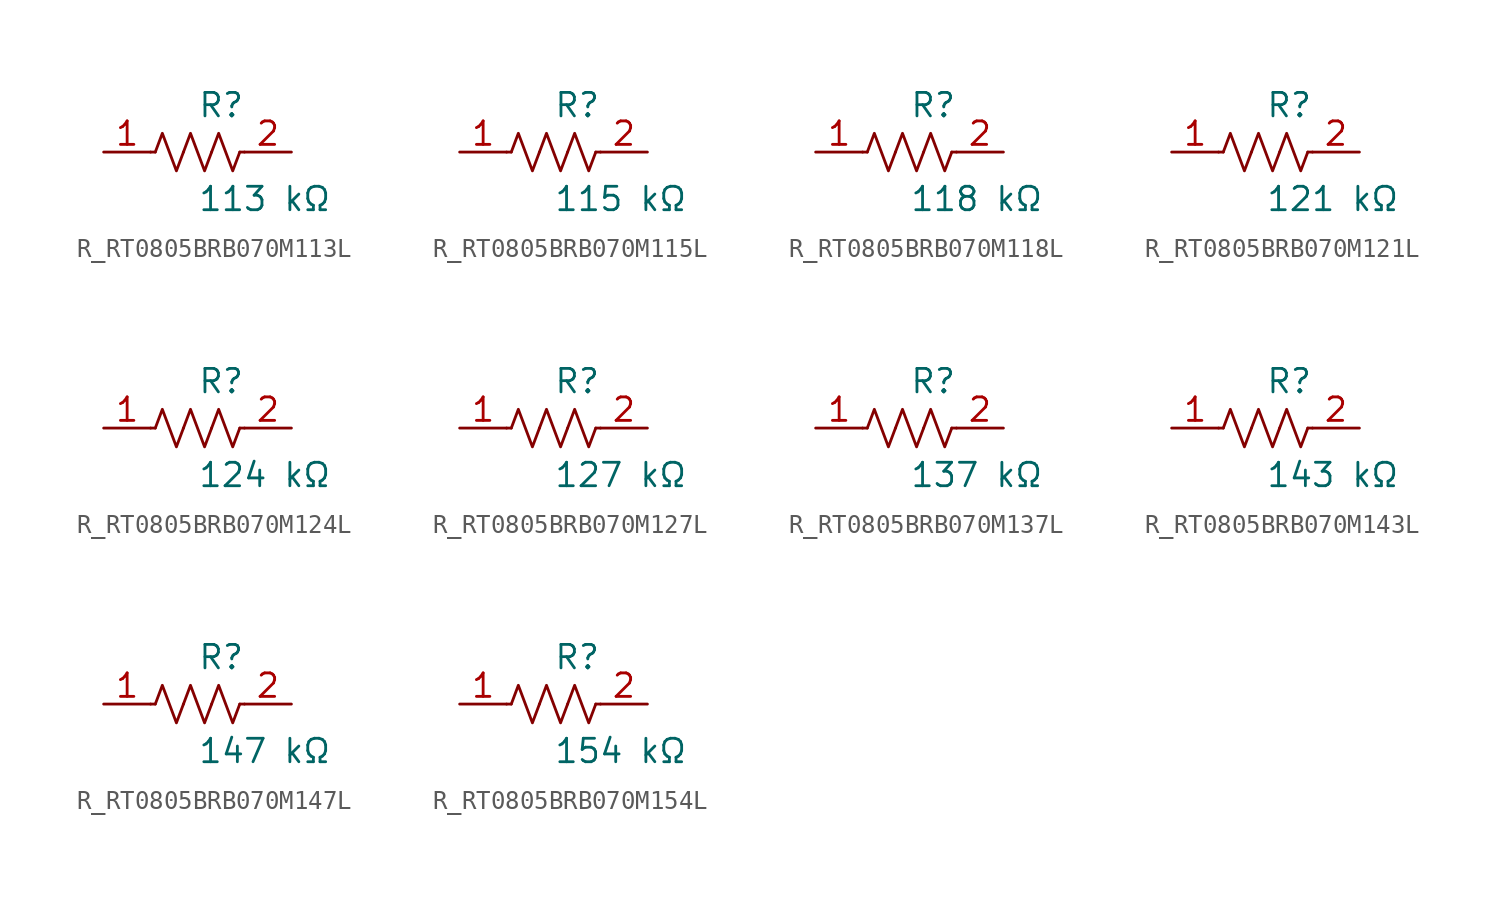
<source format=kicad_sym>
(kicad_symbol_lib
  (version 20231120)
  (generator kicad_symbol_editor)
  (generator_version 8.0)
  (symbol "R_RT0805BRB070M113L"
    (pin_names
      (offset 0.254))
    (property "Reference" "R"
      (at 0.0 2.54 0)
      (effects (font (size 1.27 1.27)) (justify left)))
    (property "Value" "113 kΩ"
      (at 0.0 -2.54 0)
      (effects (font (size 1.27 1.27)) (justify left)))
    (symbol "R_RT0805BRB070M113L_0_1"
      (polyline (pts (xy 2.286 0) (xy 2.54 0)) (stroke (width 0) (type default)) (fill (type none)))
      (polyline (pts (xy -2.286 0) (xy -2.54 0)) (stroke (width 0) (type default)) (fill (type none)))
      (polyline (pts (xy 0.762 0) (xy 1.143 1.016) (xy 1.524 0) (xy 1.905 -1.016) (xy 2.286 0)) (stroke (width 0) (type default)) (fill (type none)))
      (polyline (pts (xy -0.762 0) (xy -0.381 1.016) (xy 0 0) (xy 0.381 -1.016) (xy 0.762 0)) (stroke (width 0) (type default)) (fill (type none)))
      (polyline (pts (xy -2.286 0) (xy -1.905 1.016) (xy -1.524 0) (xy -1.143 -1.016) (xy -0.762 0)) (stroke (width 0) (type default)) (fill (type none))))
    (pin unspecified line
      (at -5.08 0 0)
      (length 2.54)
      (name "" (effects (font (size 1.27 1.27))))
      (number "1" (effects (font (size 1.27 1.27)))))
    (pin unspecified line
      (at 5.08 0 180)
      (length 2.54)
      (name "" (effects (font (size 1.27 1.27))))
      (number "2" (effects (font (size 1.27 1.27))))))
  (symbol "R_RT0805BRB070M115L"
    (pin_names
      (offset 0.254))
    (property "Reference" "R"
      (at 0.0 2.54 0)
      (effects (font (size 1.27 1.27)) (justify left)))
    (property "Value" "115 kΩ"
      (at 0.0 -2.54 0)
      (effects (font (size 1.27 1.27)) (justify left)))
    (symbol "R_RT0805BRB070M115L_0_1"
      (polyline (pts (xy 2.286 0) (xy 2.54 0)) (stroke (width 0) (type default)) (fill (type none)))
      (polyline (pts (xy -2.286 0) (xy -2.54 0)) (stroke (width 0) (type default)) (fill (type none)))
      (polyline (pts (xy 0.762 0) (xy 1.143 1.016) (xy 1.524 0) (xy 1.905 -1.016) (xy 2.286 0)) (stroke (width 0) (type default)) (fill (type none)))
      (polyline (pts (xy -0.762 0) (xy -0.381 1.016) (xy 0 0) (xy 0.381 -1.016) (xy 0.762 0)) (stroke (width 0) (type default)) (fill (type none)))
      (polyline (pts (xy -2.286 0) (xy -1.905 1.016) (xy -1.524 0) (xy -1.143 -1.016) (xy -0.762 0)) (stroke (width 0) (type default)) (fill (type none))))
    (pin unspecified line
      (at -5.08 0 0)
      (length 2.54)
      (name "" (effects (font (size 1.27 1.27))))
      (number "1" (effects (font (size 1.27 1.27)))))
    (pin unspecified line
      (at 5.08 0 180)
      (length 2.54)
      (name "" (effects (font (size 1.27 1.27))))
      (number "2" (effects (font (size 1.27 1.27))))))
  (symbol "R_RT0805BRB070M118L"
    (pin_names
      (offset 0.254))
    (property "Reference" "R"
      (at 0.0 2.54 0)
      (effects (font (size 1.27 1.27)) (justify left)))
    (property "Value" "118 kΩ"
      (at 0.0 -2.54 0)
      (effects (font (size 1.27 1.27)) (justify left)))
    (symbol "R_RT0805BRB070M118L_0_1"
      (polyline (pts (xy 2.286 0) (xy 2.54 0)) (stroke (width 0) (type default)) (fill (type none)))
      (polyline (pts (xy -2.286 0) (xy -2.54 0)) (stroke (width 0) (type default)) (fill (type none)))
      (polyline (pts (xy 0.762 0) (xy 1.143 1.016) (xy 1.524 0) (xy 1.905 -1.016) (xy 2.286 0)) (stroke (width 0) (type default)) (fill (type none)))
      (polyline (pts (xy -0.762 0) (xy -0.381 1.016) (xy 0 0) (xy 0.381 -1.016) (xy 0.762 0)) (stroke (width 0) (type default)) (fill (type none)))
      (polyline (pts (xy -2.286 0) (xy -1.905 1.016) (xy -1.524 0) (xy -1.143 -1.016) (xy -0.762 0)) (stroke (width 0) (type default)) (fill (type none))))
    (pin unspecified line
      (at -5.08 0 0)
      (length 2.54)
      (name "" (effects (font (size 1.27 1.27))))
      (number "1" (effects (font (size 1.27 1.27)))))
    (pin unspecified line
      (at 5.08 0 180)
      (length 2.54)
      (name "" (effects (font (size 1.27 1.27))))
      (number "2" (effects (font (size 1.27 1.27))))))
  (symbol "R_RT0805BRB070M121L"
    (pin_names
      (offset 0.254))
    (property "Reference" "R"
      (at 0.0 2.54 0)
      (effects (font (size 1.27 1.27)) (justify left)))
    (property "Value" "121 kΩ"
      (at 0.0 -2.54 0)
      (effects (font (size 1.27 1.27)) (justify left)))
    (symbol "R_RT0805BRB070M121L_0_1"
      (polyline (pts (xy 2.286 0) (xy 2.54 0)) (stroke (width 0) (type default)) (fill (type none)))
      (polyline (pts (xy -2.286 0) (xy -2.54 0)) (stroke (width 0) (type default)) (fill (type none)))
      (polyline (pts (xy 0.762 0) (xy 1.143 1.016) (xy 1.524 0) (xy 1.905 -1.016) (xy 2.286 0)) (stroke (width 0) (type default)) (fill (type none)))
      (polyline (pts (xy -0.762 0) (xy -0.381 1.016) (xy 0 0) (xy 0.381 -1.016) (xy 0.762 0)) (stroke (width 0) (type default)) (fill (type none)))
      (polyline (pts (xy -2.286 0) (xy -1.905 1.016) (xy -1.524 0) (xy -1.143 -1.016) (xy -0.762 0)) (stroke (width 0) (type default)) (fill (type none))))
    (pin unspecified line
      (at -5.08 0 0)
      (length 2.54)
      (name "" (effects (font (size 1.27 1.27))))
      (number "1" (effects (font (size 1.27 1.27)))))
    (pin unspecified line
      (at 5.08 0 180)
      (length 2.54)
      (name "" (effects (font (size 1.27 1.27))))
      (number "2" (effects (font (size 1.27 1.27))))))
  (symbol "R_RT0805BRB070M124L"
    (pin_names
      (offset 0.254))
    (property "Reference" "R"
      (at 0.0 2.54 0)
      (effects (font (size 1.27 1.27)) (justify left)))
    (property "Value" "124 kΩ"
      (at 0.0 -2.54 0)
      (effects (font (size 1.27 1.27)) (justify left)))
    (symbol "R_RT0805BRB070M124L_0_1"
      (polyline (pts (xy 2.286 0) (xy 2.54 0)) (stroke (width 0) (type default)) (fill (type none)))
      (polyline (pts (xy -2.286 0) (xy -2.54 0)) (stroke (width 0) (type default)) (fill (type none)))
      (polyline (pts (xy 0.762 0) (xy 1.143 1.016) (xy 1.524 0) (xy 1.905 -1.016) (xy 2.286 0)) (stroke (width 0) (type default)) (fill (type none)))
      (polyline (pts (xy -0.762 0) (xy -0.381 1.016) (xy 0 0) (xy 0.381 -1.016) (xy 0.762 0)) (stroke (width 0) (type default)) (fill (type none)))
      (polyline (pts (xy -2.286 0) (xy -1.905 1.016) (xy -1.524 0) (xy -1.143 -1.016) (xy -0.762 0)) (stroke (width 0) (type default)) (fill (type none))))
    (pin unspecified line
      (at -5.08 0 0)
      (length 2.54)
      (name "" (effects (font (size 1.27 1.27))))
      (number "1" (effects (font (size 1.27 1.27)))))
    (pin unspecified line
      (at 5.08 0 180)
      (length 2.54)
      (name "" (effects (font (size 1.27 1.27))))
      (number "2" (effects (font (size 1.27 1.27))))))
  (symbol "R_RT0805BRB070M127L"
    (pin_names
      (offset 0.254))
    (property "Reference" "R"
      (at 0.0 2.54 0)
      (effects (font (size 1.27 1.27)) (justify left)))
    (property "Value" "127 kΩ"
      (at 0.0 -2.54 0)
      (effects (font (size 1.27 1.27)) (justify left)))
    (symbol "R_RT0805BRB070M127L_0_1"
      (polyline (pts (xy 2.286 0) (xy 2.54 0)) (stroke (width 0) (type default)) (fill (type none)))
      (polyline (pts (xy -2.286 0) (xy -2.54 0)) (stroke (width 0) (type default)) (fill (type none)))
      (polyline (pts (xy 0.762 0) (xy 1.143 1.016) (xy 1.524 0) (xy 1.905 -1.016) (xy 2.286 0)) (stroke (width 0) (type default)) (fill (type none)))
      (polyline (pts (xy -0.762 0) (xy -0.381 1.016) (xy 0 0) (xy 0.381 -1.016) (xy 0.762 0)) (stroke (width 0) (type default)) (fill (type none)))
      (polyline (pts (xy -2.286 0) (xy -1.905 1.016) (xy -1.524 0) (xy -1.143 -1.016) (xy -0.762 0)) (stroke (width 0) (type default)) (fill (type none))))
    (pin unspecified line
      (at -5.08 0 0)
      (length 2.54)
      (name "" (effects (font (size 1.27 1.27))))
      (number "1" (effects (font (size 1.27 1.27)))))
    (pin unspecified line
      (at 5.08 0 180)
      (length 2.54)
      (name "" (effects (font (size 1.27 1.27))))
      (number "2" (effects (font (size 1.27 1.27))))))
  (symbol "R_RT0805BRB070M137L"
    (pin_names
      (offset 0.254))
    (property "Reference" "R"
      (at 0.0 2.54 0)
      (effects (font (size 1.27 1.27)) (justify left)))
    (property "Value" "137 kΩ"
      (at 0.0 -2.54 0)
      (effects (font (size 1.27 1.27)) (justify left)))
    (symbol "R_RT0805BRB070M137L_0_1"
      (polyline (pts (xy 2.286 0) (xy 2.54 0)) (stroke (width 0) (type default)) (fill (type none)))
      (polyline (pts (xy -2.286 0) (xy -2.54 0)) (stroke (width 0) (type default)) (fill (type none)))
      (polyline (pts (xy 0.762 0) (xy 1.143 1.016) (xy 1.524 0) (xy 1.905 -1.016) (xy 2.286 0)) (stroke (width 0) (type default)) (fill (type none)))
      (polyline (pts (xy -0.762 0) (xy -0.381 1.016) (xy 0 0) (xy 0.381 -1.016) (xy 0.762 0)) (stroke (width 0) (type default)) (fill (type none)))
      (polyline (pts (xy -2.286 0) (xy -1.905 1.016) (xy -1.524 0) (xy -1.143 -1.016) (xy -0.762 0)) (stroke (width 0) (type default)) (fill (type none))))
    (pin unspecified line
      (at -5.08 0 0)
      (length 2.54)
      (name "" (effects (font (size 1.27 1.27))))
      (number "1" (effects (font (size 1.27 1.27)))))
    (pin unspecified line
      (at 5.08 0 180)
      (length 2.54)
      (name "" (effects (font (size 1.27 1.27))))
      (number "2" (effects (font (size 1.27 1.27))))))
  (symbol "R_RT0805BRB070M143L"
    (pin_names
      (offset 0.254))
    (property "Reference" "R"
      (at 0.0 2.54 0)
      (effects (font (size 1.27 1.27)) (justify left)))
    (property "Value" "143 kΩ"
      (at 0.0 -2.54 0)
      (effects (font (size 1.27 1.27)) (justify left)))
    (symbol "R_RT0805BRB070M143L_0_1"
      (polyline (pts (xy 2.286 0) (xy 2.54 0)) (stroke (width 0) (type default)) (fill (type none)))
      (polyline (pts (xy -2.286 0) (xy -2.54 0)) (stroke (width 0) (type default)) (fill (type none)))
      (polyline (pts (xy 0.762 0) (xy 1.143 1.016) (xy 1.524 0) (xy 1.905 -1.016) (xy 2.286 0)) (stroke (width 0) (type default)) (fill (type none)))
      (polyline (pts (xy -0.762 0) (xy -0.381 1.016) (xy 0 0) (xy 0.381 -1.016) (xy 0.762 0)) (stroke (width 0) (type default)) (fill (type none)))
      (polyline (pts (xy -2.286 0) (xy -1.905 1.016) (xy -1.524 0) (xy -1.143 -1.016) (xy -0.762 0)) (stroke (width 0) (type default)) (fill (type none))))
    (pin unspecified line
      (at -5.08 0 0)
      (length 2.54)
      (name "" (effects (font (size 1.27 1.27))))
      (number "1" (effects (font (size 1.27 1.27)))))
    (pin unspecified line
      (at 5.08 0 180)
      (length 2.54)
      (name "" (effects (font (size 1.27 1.27))))
      (number "2" (effects (font (size 1.27 1.27))))))
  (symbol "R_RT0805BRB070M147L"
    (pin_names
      (offset 0.254))
    (property "Reference" "R"
      (at 0.0 2.54 0)
      (effects (font (size 1.27 1.27)) (justify left)))
    (property "Value" "147 kΩ"
      (at 0.0 -2.54 0)
      (effects (font (size 1.27 1.27)) (justify left)))
    (symbol "R_RT0805BRB070M147L_0_1"
      (polyline (pts (xy 2.286 0) (xy 2.54 0)) (stroke (width 0) (type default)) (fill (type none)))
      (polyline (pts (xy -2.286 0) (xy -2.54 0)) (stroke (width 0) (type default)) (fill (type none)))
      (polyline (pts (xy 0.762 0) (xy 1.143 1.016) (xy 1.524 0) (xy 1.905 -1.016) (xy 2.286 0)) (stroke (width 0) (type default)) (fill (type none)))
      (polyline (pts (xy -0.762 0) (xy -0.381 1.016) (xy 0 0) (xy 0.381 -1.016) (xy 0.762 0)) (stroke (width 0) (type default)) (fill (type none)))
      (polyline (pts (xy -2.286 0) (xy -1.905 1.016) (xy -1.524 0) (xy -1.143 -1.016) (xy -0.762 0)) (stroke (width 0) (type default)) (fill (type none))))
    (pin unspecified line
      (at -5.08 0 0)
      (length 2.54)
      (name "" (effects (font (size 1.27 1.27))))
      (number "1" (effects (font (size 1.27 1.27)))))
    (pin unspecified line
      (at 5.08 0 180)
      (length 2.54)
      (name "" (effects (font (size 1.27 1.27))))
      (number "2" (effects (font (size 1.27 1.27))))))
  (symbol "R_RT0805BRB070M154L"
    (pin_names
      (offset 0.254))
    (property "Reference" "R"
      (at 0.0 2.54 0)
      (effects (font (size 1.27 1.27)) (justify left)))
    (property "Value" "154 kΩ"
      (at 0.0 -2.54 0)
      (effects (font (size 1.27 1.27)) (justify left)))
    (symbol "R_RT0805BRB070M154L_0_1"
      (polyline (pts (xy 2.286 0) (xy 2.54 0)) (stroke (width 0) (type default)) (fill (type none)))
      (polyline (pts (xy -2.286 0) (xy -2.54 0)) (stroke (width 0) (type default)) (fill (type none)))
      (polyline (pts (xy 0.762 0) (xy 1.143 1.016) (xy 1.524 0) (xy 1.905 -1.016) (xy 2.286 0)) (stroke (width 0) (type default)) (fill (type none)))
      (polyline (pts (xy -0.762 0) (xy -0.381 1.016) (xy 0 0) (xy 0.381 -1.016) (xy 0.762 0)) (stroke (width 0) (type default)) (fill (type none)))
      (polyline (pts (xy -2.286 0) (xy -1.905 1.016) (xy -1.524 0) (xy -1.143 -1.016) (xy -0.762 0)) (stroke (width 0) (type default)) (fill (type none))))
    (pin unspecified line
      (at -5.08 0 0)
      (length 2.54)
      (name "" (effects (font (size 1.27 1.27))))
      (number "1" (effects (font (size 1.27 1.27)))))
    (pin unspecified line
      (at 5.08 0 180)
      (length 2.54)
      (name "" (effects (font (size 1.27 1.27))))
      (number "2" (effects (font (size 1.27 1.27)))))))
</source>
